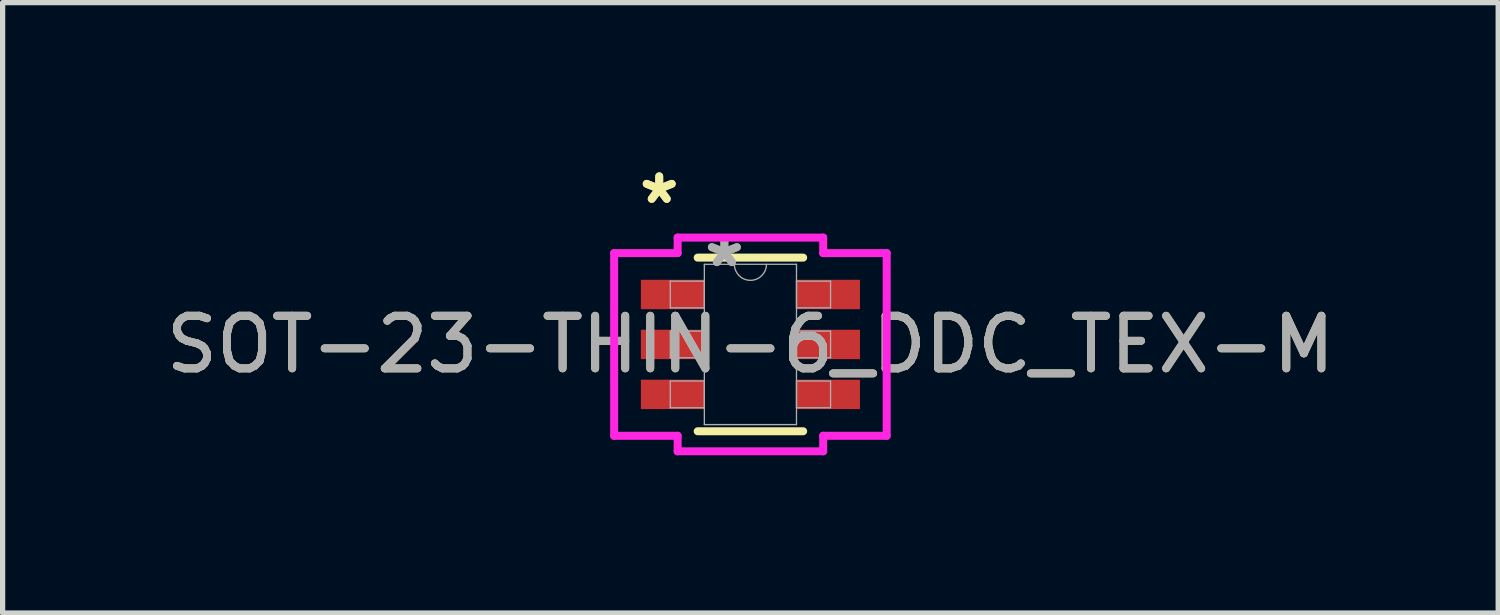
<source format=kicad_pcb>
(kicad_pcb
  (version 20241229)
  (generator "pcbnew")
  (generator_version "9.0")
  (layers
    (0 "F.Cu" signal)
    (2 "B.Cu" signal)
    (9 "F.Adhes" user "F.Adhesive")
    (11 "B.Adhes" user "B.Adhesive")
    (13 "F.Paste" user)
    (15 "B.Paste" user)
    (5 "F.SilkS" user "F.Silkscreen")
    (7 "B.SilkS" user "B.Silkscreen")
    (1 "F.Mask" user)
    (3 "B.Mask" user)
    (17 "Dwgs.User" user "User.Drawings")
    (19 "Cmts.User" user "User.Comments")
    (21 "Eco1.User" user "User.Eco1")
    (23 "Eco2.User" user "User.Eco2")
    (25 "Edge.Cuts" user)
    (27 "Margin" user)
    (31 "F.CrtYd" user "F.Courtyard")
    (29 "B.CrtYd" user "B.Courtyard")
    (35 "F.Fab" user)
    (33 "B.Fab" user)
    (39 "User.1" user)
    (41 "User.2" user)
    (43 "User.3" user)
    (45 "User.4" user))
  (footprint "SOT-23-THIN-6_DDC_TEX-M"
    (layer "F.Cu")
    (at 11.22 3.5)
    (property "Reference" "SOT-23-THIN-6_DDC_TEX-M" (at 0 0 0) (unlocked yes) (layer "F.SilkS") (effects (font (size 1 1) (thickness 0.15))))
    (attr smd)
    (fp_line (start -1.003 1.651) (end 1.003 1.651) (stroke (width 0.152) (type solid)) (layer "F.SilkS"))
    (fp_line (start 1.003 -1.651) (end -1.003 -1.651) (stroke (width 0.152) (type solid)) (layer "F.SilkS"))
    (fp_line (start -2.591 -1.737) (end -1.384 -1.737) (stroke (width 0.152) (type solid)) (layer "F.CrtYd"))
    (fp_line (start -2.591 1.737) (end -2.591 -1.737) (stroke (width 0.152) (type solid)) (layer "F.CrtYd"))
    (fp_line (start -2.591 1.737) (end -1.384 1.737) (stroke (width 0.152) (type solid)) (layer "F.CrtYd"))
    (fp_line (start -1.384 -2.032) (end 1.384 -2.032) (stroke (width 0.152) (type solid)) (layer "F.CrtYd"))
    (fp_line (start -1.384 -1.737) (end -1.384 -2.032) (stroke (width 0.152) (type solid)) (layer "F.CrtYd"))
    (fp_line (start -1.384 2.032) (end -1.384 1.737) (stroke (width 0.152) (type solid)) (layer "F.CrtYd"))
    (fp_line (start 1.384 -2.032) (end 1.384 -1.737) (stroke (width 0.152) (type solid)) (layer "F.CrtYd"))
    (fp_line (start 1.384 1.737) (end 1.384 2.032) (stroke (width 0.152) (type solid)) (layer "F.CrtYd"))
    (fp_line (start 1.384 2.032) (end -1.384 2.032) (stroke (width 0.152) (type solid)) (layer "F.CrtYd"))
    (fp_line (start 2.591 -1.737) (end 1.384 -1.737) (stroke (width 0.152) (type solid)) (layer "F.CrtYd"))
    (fp_line (start 2.591 -1.737) (end 2.591 1.737) (stroke (width 0.152) (type solid)) (layer "F.CrtYd"))
    (fp_line (start 2.591 1.737) (end 1.384 1.737) (stroke (width 0.152) (type solid)) (layer "F.CrtYd"))
    (fp_line (start -1.524 -1.204) (end -1.524 -0.696) (stroke (width 0.025) (type solid)) (layer "F.Fab"))
    (fp_line (start -1.524 -0.696) (end -0.876 -0.696) (stroke (width 0.025) (type solid)) (layer "F.Fab"))
    (fp_line (start -1.524 -0.254) (end -1.524 0.254) (stroke (width 0.025) (type solid)) (layer "F.Fab"))
    (fp_line (start -1.524 0.254) (end -0.876 0.254) (stroke (width 0.025) (type solid)) (layer "F.Fab"))
    (fp_line (start -1.524 0.696) (end -1.524 1.204) (stroke (width 0.025) (type solid)) (layer "F.Fab"))
    (fp_line (start -1.524 1.204) (end -0.876 1.204) (stroke (width 0.025) (type solid)) (layer "F.Fab"))
    (fp_line (start -0.876 -1.524) (end -0.876 1.524) (stroke (width 0.025) (type solid)) (layer "F.Fab"))
    (fp_line (start -0.876 -1.204) (end -1.524 -1.204) (stroke (width 0.025) (type solid)) (layer "F.Fab"))
    (fp_line (start -0.876 -0.696) (end -0.876 -1.204) (stroke (width 0.025) (type solid)) (layer "F.Fab"))
    (fp_line (start -0.876 -0.254) (end -1.524 -0.254) (stroke (width 0.025) (type solid)) (layer "F.Fab"))
    (fp_line (start -0.876 0.254) (end -0.876 -0.254) (stroke (width 0.025) (type solid)) (layer "F.Fab"))
    (fp_line (start -0.876 0.696) (end -1.524 0.696) (stroke (width 0.025) (type solid)) (layer "F.Fab"))
    (fp_line (start -0.876 1.204) (end -0.876 0.696) (stroke (width 0.025) (type solid)) (layer "F.Fab"))
    (fp_line (start -0.876 1.524) (end 0.876 1.524) (stroke (width 0.025) (type solid)) (layer "F.Fab"))
    (fp_line (start 0.876 -1.524) (end -0.876 -1.524) (stroke (width 0.025) (type solid)) (layer "F.Fab"))
    (fp_line (start 0.876 -1.204) (end 0.876 -0.696) (stroke (width 0.025) (type solid)) (layer "F.Fab"))
    (fp_line (start 0.876 -0.696) (end 1.524 -0.696) (stroke (width 0.025) (type solid)) (layer "F.Fab"))
    (fp_line (start 0.876 -0.254) (end 0.876 0.254) (stroke (width 0.025) (type solid)) (layer "F.Fab"))
    (fp_line (start 0.876 0.254) (end 1.524 0.254) (stroke (width 0.025) (type solid)) (layer "F.Fab"))
    (fp_line (start 0.876 0.696) (end 0.876 1.204) (stroke (width 0.025) (type solid)) (layer "F.Fab"))
    (fp_line (start 0.876 1.204) (end 1.524 1.204) (stroke (width 0.025) (type solid)) (layer "F.Fab"))
    (fp_line (start 0.876 1.524) (end 0.876 -1.524) (stroke (width 0.025) (type solid)) (layer "F.Fab"))
    (fp_line (start 1.524 -1.204) (end 0.876 -1.204) (stroke (width 0.025) (type solid)) (layer "F.Fab"))
    (fp_line (start 1.524 -0.696) (end 1.524 -1.204) (stroke (width 0.025) (type solid)) (layer "F.Fab"))
    (fp_line (start 1.524 -0.254) (end 0.876 -0.254) (stroke (width 0.025) (type solid)) (layer "F.Fab"))
    (fp_line (start 1.524 0.254) (end 1.524 -0.254) (stroke (width 0.025) (type solid)) (layer "F.Fab"))
    (fp_line (start 1.524 0.696) (end 0.876 0.696) (stroke (width 0.025) (type solid)) (layer "F.Fab"))
    (fp_line (start 1.524 1.204) (end 1.524 0.696) (stroke (width 0.025) (type solid)) (layer "F.Fab"))
    (fp_arc (start 0.3048 -1.524) (mid 0 -1.2192) (end -0.3048 -1.524) (stroke (width 0.0254) (type solid)) (layer "F.Fab"))
    (fp_text user "*" (at -1.734 -2.652 0) (unlocked yes) (layer "F.SilkS") (effects (font (size 1 1) (thickness 0.15))))
    (fp_text user "*" (at -1.734 -2.652 0) (layer "F.SilkS") (effects (font (size 1 1) (thickness 0.15))))
    (fp_text user "${REFERENCE}" (at 0 0 0) (unlocked yes) (layer "F.Fab") (effects (font (size 1 1) (thickness 0.15))))
    (fp_text user "*" (at -0.495 -1.448 0) (unlocked yes) (layer "F.Fab") (effects (font (size 1 1) (thickness 0.15))))
    (fp_text user "*" (at -0.495 -1.448 0) (layer "F.Fab") (effects (font (size 1 1) (thickness 0.15))))
    (pad "1" smd rect (at -1.48 -0.95) (size 1.206 0.559) (layers "F.Cu" "F.Mask" "F.Paste"))
    (pad "2" smd rect (at -1.48 0) (size 1.206 0.559) (layers "F.Cu" "F.Mask" "F.Paste"))
    (pad "3" smd rect (at -1.48 0.95) (size 1.206 0.559) (layers "F.Cu" "F.Mask" "F.Paste"))
    (pad "4" smd rect (at 1.48 0.95) (size 1.206 0.559) (layers "F.Cu" "F.Mask" "F.Paste"))
    (pad "5" smd rect (at 1.48 0) (size 1.206 0.559) (layers "F.Cu" "F.Mask" "F.Paste"))
    (pad "6" smd rect (at 1.48 -0.95) (size 1.206 0.559) (layers "F.Cu" "F.Mask" "F.Paste")))
  (gr_rect
    (start -3 -3)
    (end 25.44 8.608)
    (stroke (width 0.1) (type default))
    (fill no)
    (layer "Edge.Cuts")))
</source>
